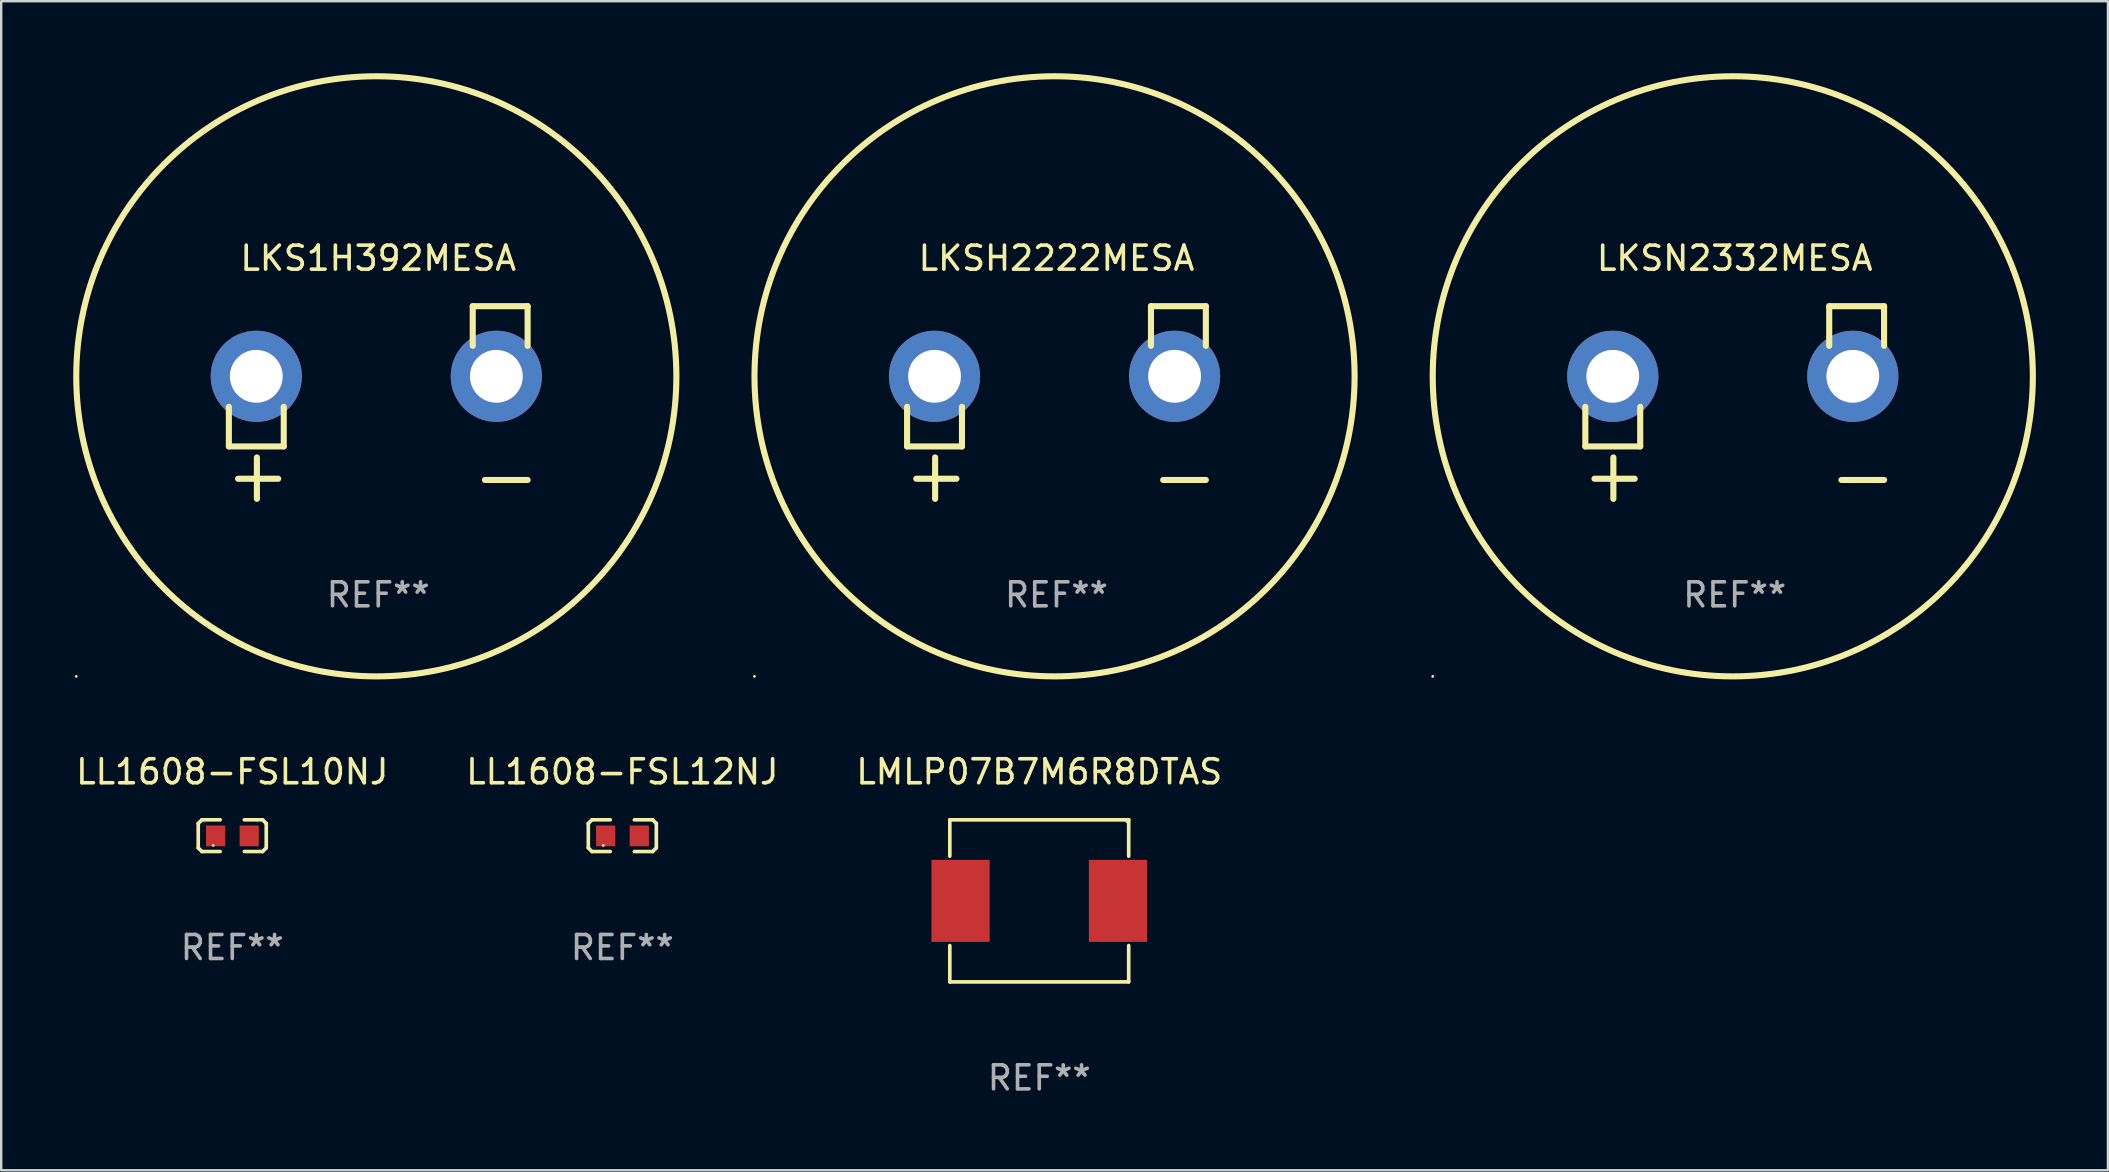
<source format=kicad_pcb>
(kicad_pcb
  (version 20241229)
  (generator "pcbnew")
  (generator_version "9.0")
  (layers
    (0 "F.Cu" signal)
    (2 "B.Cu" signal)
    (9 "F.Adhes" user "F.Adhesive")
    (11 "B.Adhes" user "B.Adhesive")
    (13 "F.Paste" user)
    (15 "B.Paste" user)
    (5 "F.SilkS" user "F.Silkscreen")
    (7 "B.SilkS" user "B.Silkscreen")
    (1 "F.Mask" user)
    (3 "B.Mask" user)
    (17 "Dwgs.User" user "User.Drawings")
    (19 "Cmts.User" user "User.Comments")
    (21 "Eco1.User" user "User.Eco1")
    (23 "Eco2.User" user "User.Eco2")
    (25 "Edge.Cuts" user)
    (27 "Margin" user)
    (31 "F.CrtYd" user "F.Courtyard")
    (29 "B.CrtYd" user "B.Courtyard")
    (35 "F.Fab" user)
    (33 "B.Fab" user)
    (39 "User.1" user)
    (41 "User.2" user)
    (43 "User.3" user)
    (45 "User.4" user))
  (footprint "LL1608-FSL12NJ"
    (layer "F.Cu")
    (at 22.875 31.763)
    (property "Reference" "LL1608-FSL12NJ" (at 0 -2.661 0) (layer "F.SilkS") (effects (font (size 1 1) (thickness 0.15))))
    (attr through_hole)
    (fp_line (start -1.417 -0.508) (end -1.265 -0.661) (stroke (width 0.152) (type solid)) (layer "F.SilkS"))
    (fp_line (start -1.417 0.508) (end -1.417 -0.508) (stroke (width 0.152) (type solid)) (layer "F.SilkS"))
    (fp_line (start -1.265 -0.661) (end -0.503 -0.661) (stroke (width 0.152) (type solid)) (layer "F.SilkS"))
    (fp_line (start -1.265 0.661) (end -1.417 0.508) (stroke (width 0.152) (type solid)) (layer "F.SilkS"))
    (fp_line (start -1.265 0.661) (end -0.503 0.661) (stroke (width 0.152) (type solid)) (layer "F.SilkS"))
    (fp_line (start 1.265 -0.661) (end 0.503 -0.661) (stroke (width 0.152) (type solid)) (layer "F.SilkS"))
    (fp_line (start 1.265 -0.661) (end 1.417 -0.508) (stroke (width 0.152) (type solid)) (layer "F.SilkS"))
    (fp_line (start 1.265 0.661) (end 0.503 0.661) (stroke (width 0.152) (type solid)) (layer "F.SilkS"))
    (fp_line (start 1.417 -0.508) (end 1.417 0.508) (stroke (width 0.152) (type solid)) (layer "F.SilkS"))
    (fp_line (start 1.417 0.508) (end 1.265 0.661) (stroke (width 0.152) (type solid)) (layer "F.SilkS"))
    (fp_circle (center -0.793 0.409) (end -0.763 0.409) (stroke (width 0.06) (type solid)) (fill no) (layer "F.SilkS"))
    (fp_text user "REF**" (at 0 4.661 0) (layer "F.Fab") (effects (font (size 1 1) (thickness 0.15))))
    (pad "1" smd rect (at -0.693 0.009 180) (size 0.8 0.864) (layers "F.Cu" "F.Mask" "F.Paste"))
    (pad "2" smd rect (at 0.707 0.009 180) (size 0.8 0.864) (layers "F.Cu" "F.Mask" "F.Paste")))
  (footprint "LKSN2332MESA"
    (layer "F.Cu")
    (at 69.216 13.719)
    (property "Reference" "LKSN2332MESA" (at 0 -6.013 0) (layer "F.SilkS") (effects (font (size 1 1) (thickness 0.15))))
    (attr through_hole)
    (fp_line (start -6.223 0.178) (end -6.223 1.829) (stroke (width 0.254) (type solid)) (layer "F.SilkS"))
    (fp_line (start -6.223 1.829) (end -3.937 1.829) (stroke (width 0.254) (type solid)) (layer "F.SilkS"))
    (fp_line (start -5.055 4.013) (end -5.055 2.286) (stroke (width 0.254) (type solid)) (layer "F.SilkS"))
    (fp_line (start -4.166 3.175) (end -5.842 3.175) (stroke (width 0.254) (type solid)) (layer "F.SilkS"))
    (fp_line (start -3.937 1.829) (end -3.937 0.178) (stroke (width 0.254) (type solid)) (layer "F.SilkS"))
    (fp_line (start 3.937 -4.013) (end 3.937 -2.362) (stroke (width 0.254) (type solid)) (layer "F.SilkS"))
    (fp_line (start 6.223 -4.013) (end 3.937 -4.013) (stroke (width 0.254) (type solid)) (layer "F.SilkS"))
    (fp_line (start 6.223 -2.362) (end 6.223 -4.013) (stroke (width 0.254) (type solid)) (layer "F.SilkS"))
    (fp_line (start 6.223 3.226) (end 4.445 3.226) (stroke (width 0.254) (type solid)) (layer "F.SilkS"))
    (fp_circle (center -12.58 11.408) (end -12.55 11.408) (stroke (width 0.06) (type solid)) (fill no) (layer "F.SilkS"))
    (fp_circle (center -0.08 -1.092) (end 12.42 -1.092) (stroke (width 0.254) (type solid)) (fill no) (layer "F.SilkS"))
    (fp_text user "REF**" (at 0 8.013 0) (layer "F.Fab") (effects (font (size 1 1) (thickness 0.15))))
    (pad "1" thru_hole circle (at -5.08 -1.092) (size 3.8 3.8) (drill 2.2) (layers "*.Cu" "*.Mask"))
    (pad "2" thru_hole circle (at 4.92 -1.092) (size 3.8 3.8) (drill 2.2) (layers "*.Cu" "*.Mask")))
  (footprint "LKS1H392MESA"
    (layer "F.Cu")
    (at 12.707 13.719)
    (property "Reference" "LKS1H392MESA" (at 0 -6.013 0) (layer "F.SilkS") (effects (font (size 1 1) (thickness 0.15))))
    (attr through_hole)
    (fp_line (start -6.223 0.178) (end -6.223 1.829) (stroke (width 0.254) (type solid)) (layer "F.SilkS"))
    (fp_line (start -6.223 1.829) (end -3.937 1.829) (stroke (width 0.254) (type solid)) (layer "F.SilkS"))
    (fp_line (start -5.055 4.013) (end -5.055 2.286) (stroke (width 0.254) (type solid)) (layer "F.SilkS"))
    (fp_line (start -4.166 3.175) (end -5.842 3.175) (stroke (width 0.254) (type solid)) (layer "F.SilkS"))
    (fp_line (start -3.937 1.829) (end -3.937 0.178) (stroke (width 0.254) (type solid)) (layer "F.SilkS"))
    (fp_line (start 3.937 -4.013) (end 3.937 -2.362) (stroke (width 0.254) (type solid)) (layer "F.SilkS"))
    (fp_line (start 6.223 -4.013) (end 3.937 -4.013) (stroke (width 0.254) (type solid)) (layer "F.SilkS"))
    (fp_line (start 6.223 -2.362) (end 6.223 -4.013) (stroke (width 0.254) (type solid)) (layer "F.SilkS"))
    (fp_line (start 6.223 3.226) (end 4.445 3.226) (stroke (width 0.254) (type solid)) (layer "F.SilkS"))
    (fp_circle (center -12.58 11.408) (end -12.55 11.408) (stroke (width 0.06) (type solid)) (fill no) (layer "F.SilkS"))
    (fp_circle (center -0.08 -1.092) (end 12.42 -1.092) (stroke (width 0.254) (type solid)) (fill no) (layer "F.SilkS"))
    (fp_text user "REF**" (at 0 8.013 0) (layer "F.Fab") (effects (font (size 1 1) (thickness 0.15))))
    (pad "1" thru_hole circle (at -5.08 -1.092) (size 3.8 3.8) (drill 2.2) (layers "*.Cu" "*.Mask"))
    (pad "2" thru_hole circle (at 4.92 -1.092) (size 3.8 3.8) (drill 2.2) (layers "*.Cu" "*.Mask")))
  (footprint "LMLP07B7M6R8DTAS"
    (layer "F.Cu")
    (at 40.244 34.479)
    (property "Reference" "LMLP07B7M6R8DTAS" (at 0 -5.376 0) (layer "F.SilkS") (effects (font (size 1 1) (thickness 0.15))))
    (attr through_hole)
    (fp_line (start -3.726 -3.376) (end 3.726 -3.376) (stroke (width 0.152) (type solid)) (layer "F.SilkS"))
    (fp_line (start -3.726 -1.862) (end -3.726 -3.376) (stroke (width 0.152) (type solid)) (layer "F.SilkS"))
    (fp_line (start -3.726 1.862) (end -3.726 3.376) (stroke (width 0.152) (type solid)) (layer "F.SilkS"))
    (fp_line (start -3.726 3.376) (end 3.726 3.376) (stroke (width 0.152) (type solid)) (layer "F.SilkS"))
    (fp_line (start 3.726 -3.376) (end 3.726 -1.862) (stroke (width 0.152) (type solid)) (layer "F.SilkS"))
    (fp_line (start 3.726 3.376) (end 3.726 1.862) (stroke (width 0.152) (type solid)) (layer "F.SilkS"))
    (fp_circle (center 3.65 -3.3) (end 3.68 -3.3) (stroke (width 0.06) (type solid)) (fill no) (layer "F.SilkS"))
    (fp_text user "REF**" (at 0 7.376 0) (layer "F.Fab") (effects (font (size 1 1) (thickness 0.15))))
    (pad "1" smd rect (at 3.278 0) (size 2.424 3.42) (layers "F.Cu" "F.Mask" "F.Paste"))
    (pad "2" smd rect (at -3.278 0) (size 2.424 3.42) (layers "F.Cu" "F.Mask" "F.Paste")))
  (footprint "LKSH2222MESA"
    (layer "F.Cu")
    (at 40.961 13.719)
    (property "Reference" "LKSH2222MESA" (at 0 -6.013 0) (layer "F.SilkS") (effects (font (size 1 1) (thickness 0.15))))
    (attr through_hole)
    (fp_line (start -6.223 0.178) (end -6.223 1.829) (stroke (width 0.254) (type solid)) (layer "F.SilkS"))
    (fp_line (start -6.223 1.829) (end -3.937 1.829) (stroke (width 0.254) (type solid)) (layer "F.SilkS"))
    (fp_line (start -5.055 4.013) (end -5.055 2.286) (stroke (width 0.254) (type solid)) (layer "F.SilkS"))
    (fp_line (start -4.166 3.175) (end -5.842 3.175) (stroke (width 0.254) (type solid)) (layer "F.SilkS"))
    (fp_line (start -3.937 1.829) (end -3.937 0.178) (stroke (width 0.254) (type solid)) (layer "F.SilkS"))
    (fp_line (start 3.937 -4.013) (end 3.937 -2.362) (stroke (width 0.254) (type solid)) (layer "F.SilkS"))
    (fp_line (start 6.223 -4.013) (end 3.937 -4.013) (stroke (width 0.254) (type solid)) (layer "F.SilkS"))
    (fp_line (start 6.223 -2.362) (end 6.223 -4.013) (stroke (width 0.254) (type solid)) (layer "F.SilkS"))
    (fp_line (start 6.223 3.226) (end 4.445 3.226) (stroke (width 0.254) (type solid)) (layer "F.SilkS"))
    (fp_circle (center -12.58 11.408) (end -12.55 11.408) (stroke (width 0.06) (type solid)) (fill no) (layer "F.SilkS"))
    (fp_circle (center -0.08 -1.092) (end 12.42 -1.092) (stroke (width 0.254) (type solid)) (fill no) (layer "F.SilkS"))
    (fp_text user "REF**" (at 0 8.013 0) (layer "F.Fab") (effects (font (size 1 1) (thickness 0.15))))
    (pad "1" thru_hole circle (at -5.08 -1.092) (size 3.8 3.8) (drill 2.2) (layers "*.Cu" "*.Mask"))
    (pad "2" thru_hole circle (at 4.92 -1.092) (size 3.8 3.8) (drill 2.2) (layers "*.Cu" "*.Mask")))
  (footprint "LL1608-FSL10NJ"
    (layer "F.Cu")
    (at 6.625 31.763)
    (property "Reference" "LL1608-FSL10NJ" (at 0 -2.661 0) (layer "F.SilkS") (effects (font (size 1 1) (thickness 0.15))))
    (attr through_hole)
    (fp_line (start -1.417 -0.508) (end -1.265 -0.661) (stroke (width 0.152) (type solid)) (layer "F.SilkS"))
    (fp_line (start -1.417 0.508) (end -1.417 -0.508) (stroke (width 0.152) (type solid)) (layer "F.SilkS"))
    (fp_line (start -1.265 -0.661) (end -0.503 -0.661) (stroke (width 0.152) (type solid)) (layer "F.SilkS"))
    (fp_line (start -1.265 0.661) (end -1.417 0.508) (stroke (width 0.152) (type solid)) (layer "F.SilkS"))
    (fp_line (start -1.265 0.661) (end -0.503 0.661) (stroke (width 0.152) (type solid)) (layer "F.SilkS"))
    (fp_line (start 1.265 -0.661) (end 0.503 -0.661) (stroke (width 0.152) (type solid)) (layer "F.SilkS"))
    (fp_line (start 1.265 -0.661) (end 1.417 -0.508) (stroke (width 0.152) (type solid)) (layer "F.SilkS"))
    (fp_line (start 1.265 0.661) (end 0.503 0.661) (stroke (width 0.152) (type solid)) (layer "F.SilkS"))
    (fp_line (start 1.417 -0.508) (end 1.417 0.508) (stroke (width 0.152) (type solid)) (layer "F.SilkS"))
    (fp_line (start 1.417 0.508) (end 1.265 0.661) (stroke (width 0.152) (type solid)) (layer "F.SilkS"))
    (fp_circle (center -0.793 0.409) (end -0.763 0.409) (stroke (width 0.06) (type solid)) (fill no) (layer "F.SilkS"))
    (fp_text user "REF**" (at 0 4.661 0) (layer "F.Fab") (effects (font (size 1 1) (thickness 0.15))))
    (pad "1" smd rect (at -0.693 0.009 180) (size 0.8 0.864) (layers "F.Cu" "F.Mask" "F.Paste"))
    (pad "2" smd rect (at 0.707 0.009 180) (size 0.8 0.864) (layers "F.Cu" "F.Mask" "F.Paste")))
  (gr_rect
    (start -3 -3)
    (end 84.763 45.703)
    (stroke (width 0.1) (type default))
    (fill no)
    (layer "Edge.Cuts")))
</source>
